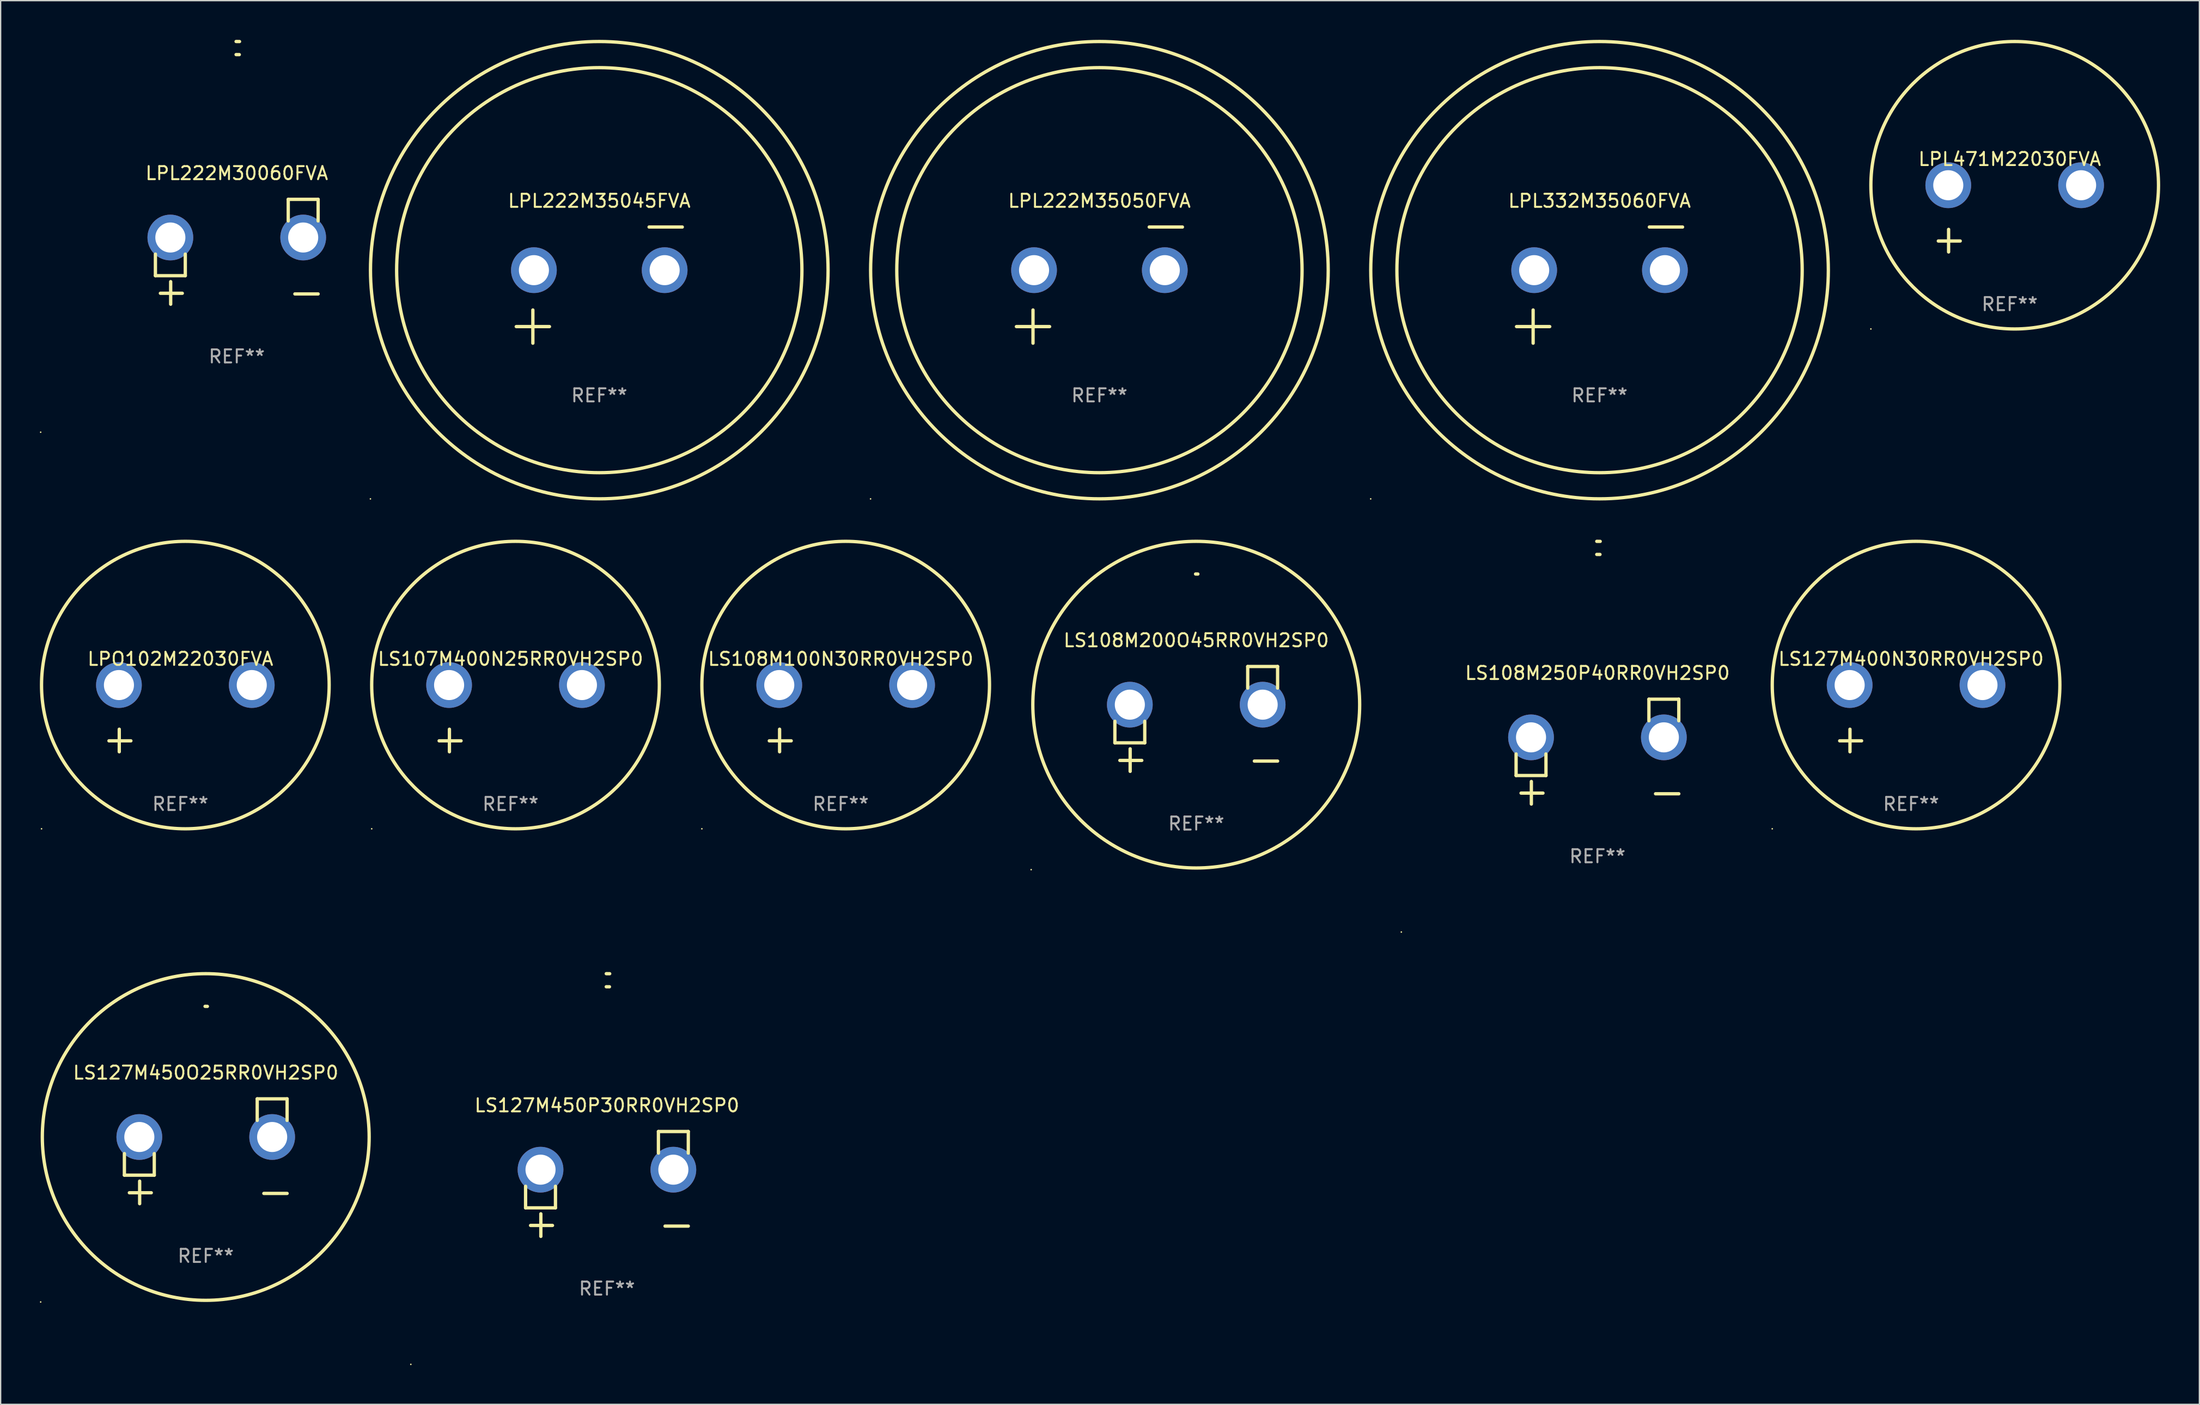
<source format=kicad_pcb>
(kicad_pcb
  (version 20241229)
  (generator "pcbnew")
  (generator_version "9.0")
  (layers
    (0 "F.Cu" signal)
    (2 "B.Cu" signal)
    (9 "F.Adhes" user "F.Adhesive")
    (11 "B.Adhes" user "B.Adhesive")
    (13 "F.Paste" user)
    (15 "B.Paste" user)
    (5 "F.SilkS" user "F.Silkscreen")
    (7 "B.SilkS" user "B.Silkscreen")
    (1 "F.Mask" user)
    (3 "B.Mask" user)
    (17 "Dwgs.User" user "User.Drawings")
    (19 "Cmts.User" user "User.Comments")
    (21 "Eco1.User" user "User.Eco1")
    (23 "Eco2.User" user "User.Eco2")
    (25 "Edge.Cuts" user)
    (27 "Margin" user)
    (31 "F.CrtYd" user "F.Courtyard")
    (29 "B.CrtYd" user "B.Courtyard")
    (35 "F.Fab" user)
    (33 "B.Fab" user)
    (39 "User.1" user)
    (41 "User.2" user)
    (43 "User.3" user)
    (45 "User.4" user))
  (footprint "LPL471M22030FVA"
    (layer "F.Cu")
    (at 150.67 13.68)
    (property "Reference" "LPL471M22030FVA" (at 0 -4.553 0) (layer "F.SilkS") (effects (font (size 1 1) (thickness 0.15))))
    (attr through_hole)
    (fp_line (start -4.674 2.553) (end -4.674 0.826) (stroke (width 0.254) (type solid)) (layer "F.SilkS"))
    (fp_line (start -3.785 1.715) (end -5.461 1.715) (stroke (width 0.254) (type solid)) (layer "F.SilkS"))
    (fp_circle (center -10.619 8.447) (end -10.589 8.447) (stroke (width 0.06) (type solid)) (fill no) (layer "F.SilkS"))
    (fp_circle (center 0.381 -2.553) (end 11.381 -2.553) (stroke (width 0.254) (type solid)) (fill no) (layer "F.SilkS"))
    (fp_text user "REF**" (at 0 6.553 0) (layer "F.Fab") (effects (font (size 1 1) (thickness 0.15))))
    (pad "1" thru_hole circle (at -4.699 -2.553) (size 3.5 3.5) (drill 2.3) (layers "*.Cu" "*.Mask"))
    (pad "2" thru_hole circle (at 5.461 -2.553) (size 3.5 3.5) (drill 2.3) (layers "*.Cu" "*.Mask")))
  (footprint "LS127M450O25RR0VH2SP0"
    (layer "F.Cu")
    (at 12.687 85.062)
    (property "Reference" "LS127M450O25RR0VH2SP0" (at 0 -6.013 0) (layer "F.SilkS") (effects (font (size 1 1) (thickness 0.15))))
    (attr through_hole)
    (fp_line (start -6.223 0.178) (end -6.223 1.829) (stroke (width 0.254) (type solid)) (layer "F.SilkS"))
    (fp_line (start -6.223 1.829) (end -3.937 1.829) (stroke (width 0.254) (type solid)) (layer "F.SilkS"))
    (fp_line (start -5.055 4.013) (end -5.055 2.286) (stroke (width 0.254) (type solid)) (layer "F.SilkS"))
    (fp_line (start -4.166 3.175) (end -5.842 3.175) (stroke (width 0.254) (type solid)) (layer "F.SilkS"))
    (fp_line (start -3.937 1.829) (end -3.937 0.178) (stroke (width 0.254) (type solid)) (layer "F.SilkS"))
    (fp_line (start 3.937 -4.013) (end 3.937 -2.362) (stroke (width 0.254) (type solid)) (layer "F.SilkS"))
    (fp_line (start 6.223 -4.013) (end 3.937 -4.013) (stroke (width 0.254) (type solid)) (layer "F.SilkS"))
    (fp_line (start 6.223 -2.362) (end 6.223 -4.013) (stroke (width 0.254) (type solid)) (layer "F.SilkS"))
    (fp_line (start 6.223 3.226) (end 4.445 3.226) (stroke (width 0.254) (type solid)) (layer "F.SilkS"))
    (fp_arc (start -0.0508 -11.092202) (mid 0.036835 -11.091307) (end 0.12446 -11.089662) (stroke (width 0.254001) (type solid)) (layer "F.SilkS"))
    (fp_circle (center -12.627 11.535) (end -12.597 11.535) (stroke (width 0.06) (type solid)) (fill no) (layer "F.SilkS"))
    (fp_circle (center 0 -1.092) (end 12.5 -1.092) (stroke (width 0.254) (type solid)) (fill no) (layer "F.SilkS"))
    (fp_text user "REF**" (at 0 8.013 0) (layer "F.Fab") (effects (font (size 1 1) (thickness 0.15))))
    (pad "1" thru_hole circle (at -5.08 -1.092) (size 3.5 3.5) (drill 2.3) (layers "*.Cu" "*.Mask"))
    (pad "2" thru_hole circle (at 5.08 -1.092) (size 3.5 3.5) (drill 2.3) (layers "*.Cu" "*.Mask")))
  (footprint "LS127M400N30RR0VH2SP0"
    (layer "F.Cu")
    (at 143.126 51.934)
    (property "Reference" "LS127M400N30RR0VH2SP0" (at 0 -4.553 0) (layer "F.SilkS") (effects (font (size 1 1) (thickness 0.15))))
    (attr through_hole)
    (fp_line (start -4.674 2.553) (end -4.674 0.826) (stroke (width 0.254) (type solid)) (layer "F.SilkS"))
    (fp_line (start -3.785 1.715) (end -5.461 1.715) (stroke (width 0.254) (type solid)) (layer "F.SilkS"))
    (fp_circle (center -10.619 8.447) (end -10.589 8.447) (stroke (width 0.06) (type solid)) (fill no) (layer "F.SilkS"))
    (fp_circle (center 0.381 -2.553) (end 11.381 -2.553) (stroke (width 0.254) (type solid)) (fill no) (layer "F.SilkS"))
    (fp_text user "REF**" (at 0 6.553 0) (layer "F.Fab") (effects (font (size 1 1) (thickness 0.15))))
    (pad "1" thru_hole circle (at -4.699 -2.553) (size 3.5 3.5) (drill 2.3) (layers "*.Cu" "*.Mask"))
    (pad "2" thru_hole circle (at 5.461 -2.553) (size 3.5 3.5) (drill 2.3) (layers "*.Cu" "*.Mask")))
  (footprint "LPO102M22030FVA"
    (layer "F.Cu")
    (at 10.746 51.934)
    (property "Reference" "LPO102M22030FVA" (at 0 -4.553 0) (layer "F.SilkS") (effects (font (size 1 1) (thickness 0.15))))
    (attr through_hole)
    (fp_line (start -4.674 2.553) (end -4.674 0.826) (stroke (width 0.254) (type solid)) (layer "F.SilkS"))
    (fp_line (start -3.785 1.715) (end -5.461 1.715) (stroke (width 0.254) (type solid)) (layer "F.SilkS"))
    (fp_circle (center -10.619 8.447) (end -10.589 8.447) (stroke (width 0.06) (type solid)) (fill no) (layer "F.SilkS"))
    (fp_circle (center 0.381 -2.553) (end 11.381 -2.553) (stroke (width 0.254) (type solid)) (fill no) (layer "F.SilkS"))
    (fp_text user "REF**" (at 0 6.553 0) (layer "F.Fab") (effects (font (size 1 1) (thickness 0.15))))
    (pad "1" thru_hole circle (at -4.699 -2.553) (size 3.5 3.5) (drill 2.3) (layers "*.Cu" "*.Mask"))
    (pad "2" thru_hole circle (at 5.461 -2.553) (size 3.5 3.5) (drill 2.3) (layers "*.Cu" "*.Mask")))
  (footprint "LS108M100N30RR0VH2SP0"
    (layer "F.Cu")
    (at 61.254 51.934)
    (property "Reference" "LS108M100N30RR0VH2SP0" (at 0 -4.553 0) (layer "F.SilkS") (effects (font (size 1 1) (thickness 0.15))))
    (attr through_hole)
    (fp_line (start -4.674 2.553) (end -4.674 0.826) (stroke (width 0.254) (type solid)) (layer "F.SilkS"))
    (fp_line (start -3.785 1.715) (end -5.461 1.715) (stroke (width 0.254) (type solid)) (layer "F.SilkS"))
    (fp_circle (center -10.619 8.447) (end -10.589 8.447) (stroke (width 0.06) (type solid)) (fill no) (layer "F.SilkS"))
    (fp_circle (center 0.381 -2.553) (end 11.381 -2.553) (stroke (width 0.254) (type solid)) (fill no) (layer "F.SilkS"))
    (fp_text user "REF**" (at 0 6.553 0) (layer "F.Fab") (effects (font (size 1 1) (thickness 0.15))))
    (pad "1" thru_hole circle (at -4.699 -2.553) (size 3.5 3.5) (drill 2.3) (layers "*.Cu" "*.Mask"))
    (pad "2" thru_hole circle (at 5.461 -2.553) (size 3.5 3.5) (drill 2.3) (layers "*.Cu" "*.Mask")))
  (footprint "LS107M400N25RR0VH2SP0"
    (layer "F.Cu")
    (at 36 51.934)
    (property "Reference" "LS107M400N25RR0VH2SP0" (at 0 -4.553 0) (layer "F.SilkS") (effects (font (size 1 1) (thickness 0.15))))
    (attr through_hole)
    (fp_line (start -4.674 2.553) (end -4.674 0.826) (stroke (width 0.254) (type solid)) (layer "F.SilkS"))
    (fp_line (start -3.785 1.715) (end -5.461 1.715) (stroke (width 0.254) (type solid)) (layer "F.SilkS"))
    (fp_circle (center -10.619 8.447) (end -10.589 8.447) (stroke (width 0.06) (type solid)) (fill no) (layer "F.SilkS"))
    (fp_circle (center 0.381 -2.553) (end 11.381 -2.553) (stroke (width 0.254) (type solid)) (fill no) (layer "F.SilkS"))
    (fp_text user "REF**" (at 0 6.553 0) (layer "F.Fab") (effects (font (size 1 1) (thickness 0.15))))
    (pad "1" thru_hole circle (at -4.699 -2.553) (size 3.5 3.5) (drill 2.3) (layers "*.Cu" "*.Mask"))
    (pad "2" thru_hole circle (at 5.461 -2.553) (size 3.5 3.5) (drill 2.3) (layers "*.Cu" "*.Mask")))
  (footprint "LS108M200O45RR0VH2SP0"
    (layer "F.Cu")
    (at 88.449 51.973)
    (property "Reference" "LS108M200O45RR0VH2SP0" (at 0 -6.013 0) (layer "F.SilkS") (effects (font (size 1 1) (thickness 0.15))))
    (attr through_hole)
    (fp_line (start -6.223 0.178) (end -6.223 1.829) (stroke (width 0.254) (type solid)) (layer "F.SilkS"))
    (fp_line (start -6.223 1.829) (end -3.937 1.829) (stroke (width 0.254) (type solid)) (layer "F.SilkS"))
    (fp_line (start -5.055 4.013) (end -5.055 2.286) (stroke (width 0.254) (type solid)) (layer "F.SilkS"))
    (fp_line (start -4.166 3.175) (end -5.842 3.175) (stroke (width 0.254) (type solid)) (layer "F.SilkS"))
    (fp_line (start -3.937 1.829) (end -3.937 0.178) (stroke (width 0.254) (type solid)) (layer "F.SilkS"))
    (fp_line (start 3.937 -4.013) (end 3.937 -2.362) (stroke (width 0.254) (type solid)) (layer "F.SilkS"))
    (fp_line (start 6.223 -4.013) (end 3.937 -4.013) (stroke (width 0.254) (type solid)) (layer "F.SilkS"))
    (fp_line (start 6.223 -2.362) (end 6.223 -4.013) (stroke (width 0.254) (type solid)) (layer "F.SilkS"))
    (fp_line (start 6.223 3.226) (end 4.445 3.226) (stroke (width 0.254) (type solid)) (layer "F.SilkS"))
    (fp_arc (start -0.0508 -11.092202) (mid 0.036835 -11.091307) (end 0.12446 -11.089662) (stroke (width 0.254001) (type solid)) (layer "F.SilkS"))
    (fp_circle (center -12.627 11.535) (end -12.597 11.535) (stroke (width 0.06) (type solid)) (fill no) (layer "F.SilkS"))
    (fp_circle (center 0 -1.092) (end 12.5 -1.092) (stroke (width 0.254) (type solid)) (fill no) (layer "F.SilkS"))
    (fp_text user "REF**" (at 0 8.013 0) (layer "F.Fab") (effects (font (size 1 1) (thickness 0.15))))
    (pad "1" thru_hole circle (at -5.08 -1.092) (size 3.5 3.5) (drill 2.3) (layers "*.Cu" "*.Mask"))
    (pad "2" thru_hole circle (at 5.08 -1.092) (size 3.5 3.5) (drill 2.3) (layers "*.Cu" "*.Mask")))
  (footprint "LS108M250P40RR0VH2SP0"
    (layer "F.Cu")
    (at 119.136 54.475)
    (property "Reference" "LS108M250P40RR0VH2SP0" (at 0 -6.013 0) (layer "F.SilkS") (effects (font (size 1 1) (thickness 0.15))))
    (attr through_hole)
    (fp_line (start -6.223 0.178) (end -6.223 1.829) (stroke (width 0.254) (type solid)) (layer "F.SilkS"))
    (fp_line (start -6.223 1.829) (end -3.937 1.829) (stroke (width 0.254) (type solid)) (layer "F.SilkS"))
    (fp_line (start -5.055 4.013) (end -5.055 2.286) (stroke (width 0.254) (type solid)) (layer "F.SilkS"))
    (fp_line (start -4.166 3.175) (end -5.842 3.175) (stroke (width 0.254) (type solid)) (layer "F.SilkS"))
    (fp_line (start -3.937 1.829) (end -3.937 0.178) (stroke (width 0.254) (type solid)) (layer "F.SilkS"))
    (fp_line (start 3.937 -4.013) (end 3.937 -2.362) (stroke (width 0.254) (type solid)) (layer "F.SilkS"))
    (fp_line (start 6.223 -4.013) (end 3.937 -4.013) (stroke (width 0.254) (type solid)) (layer "F.SilkS"))
    (fp_line (start 6.223 -2.362) (end 6.223 -4.013) (stroke (width 0.254) (type solid)) (layer "F.SilkS"))
    (fp_line (start 6.223 3.226) (end 4.445 3.226) (stroke (width 0.254) (type solid)) (layer "F.SilkS"))
    (fp_arc (start -0.0508 -16.093472) (mid 0.080016 -16.092762) (end 0.210821 -16.090932) (stroke (width 0.254001) (type solid)) (layer "F.SilkS"))
    (fp_arc (start -0.0508 -15.09271) (mid 0.071125 -15.091961) (end 0.19304 -15.09017) (stroke (width 0.254001) (type solid)) (layer "F.SilkS"))
    (fp_circle (center -15 13.808) (end -14.97 13.808) (stroke (width 0.06) (type solid)) (fill no) (layer "F.SilkS"))
    (fp_text user "REF**" (at 0 8.013 0) (layer "F.Fab") (effects (font (size 1 1) (thickness 0.15))))
    (pad "1" thru_hole circle (at -5.08 -1.092) (size 3.5 3.5) (drill 2.3) (layers "*.Cu" "*.Mask"))
    (pad "2" thru_hole circle (at 5.08 -1.092) (size 3.5 3.5) (drill 2.3) (layers "*.Cu" "*.Mask")))
  (footprint "LS127M450P30RR0VH2SP0"
    (layer "F.Cu")
    (at 43.374 87.563)
    (property "Reference" "LS127M450P30RR0VH2SP0" (at 0 -6.013 0) (layer "F.SilkS") (effects (font (size 1 1) (thickness 0.15))))
    (attr through_hole)
    (fp_line (start -6.223 0.178) (end -6.223 1.829) (stroke (width 0.254) (type solid)) (layer "F.SilkS"))
    (fp_line (start -6.223 1.829) (end -3.937 1.829) (stroke (width 0.254) (type solid)) (layer "F.SilkS"))
    (fp_line (start -5.055 4.013) (end -5.055 2.286) (stroke (width 0.254) (type solid)) (layer "F.SilkS"))
    (fp_line (start -4.166 3.175) (end -5.842 3.175) (stroke (width 0.254) (type solid)) (layer "F.SilkS"))
    (fp_line (start -3.937 1.829) (end -3.937 0.178) (stroke (width 0.254) (type solid)) (layer "F.SilkS"))
    (fp_line (start 3.937 -4.013) (end 3.937 -2.362) (stroke (width 0.254) (type solid)) (layer "F.SilkS"))
    (fp_line (start 6.223 -4.013) (end 3.937 -4.013) (stroke (width 0.254) (type solid)) (layer "F.SilkS"))
    (fp_line (start 6.223 -2.362) (end 6.223 -4.013) (stroke (width 0.254) (type solid)) (layer "F.SilkS"))
    (fp_line (start 6.223 3.226) (end 4.445 3.226) (stroke (width 0.254) (type solid)) (layer "F.SilkS"))
    (fp_arc (start -0.0508 -16.093472) (mid 0.080016 -16.092762) (end 0.210821 -16.090932) (stroke (width 0.254001) (type solid)) (layer "F.SilkS"))
    (fp_arc (start -0.0508 -15.09271) (mid 0.071125 -15.091961) (end 0.19304 -15.09017) (stroke (width 0.254001) (type solid)) (layer "F.SilkS"))
    (fp_circle (center -15 13.808) (end -14.97 13.808) (stroke (width 0.06) (type solid)) (fill no) (layer "F.SilkS"))
    (fp_text user "REF**" (at 0 8.013 0) (layer "F.Fab") (effects (font (size 1 1) (thickness 0.15))))
    (pad "1" thru_hole circle (at -5.08 -1.092) (size 3.5 3.5) (drill 2.3) (layers "*.Cu" "*.Mask"))
    (pad "2" thru_hole circle (at 5.08 -1.092) (size 3.5 3.5) (drill 2.3) (layers "*.Cu" "*.Mask")))
  (footprint "LPL222M35050FVA"
    (layer "F.Cu")
    (at 81.043 18.77)
    (property "Reference" "LPL222M35050FVA" (at 0 -6.445 0) (layer "F.SilkS") (effects (font (size 1 1) (thickness 0.15))))
    (attr through_hole)
    (fp_line (start -6.35 3.175) (end -3.81 3.175) (stroke (width 0.254) (type solid)) (layer "F.SilkS"))
    (fp_line (start -5.08 1.905) (end -5.08 4.445) (stroke (width 0.254) (type solid)) (layer "F.SilkS"))
    (fp_line (start 3.81 -4.445) (end 6.35 -4.445) (stroke (width 0.254) (type solid)) (layer "F.SilkS"))
    (fp_circle (center -17.505 16.362) (end -17.475 16.362) (stroke (width 0.06) (type solid)) (fill no) (layer "F.SilkS"))
    (fp_circle (center 0 -1.143) (end 15.5 -1.143) (stroke (width 0.254) (type solid)) (fill no) (layer "F.SilkS"))
    (fp_circle (center 0 -1.143) (end 17.5 -1.143) (stroke (width 0.254) (type solid)) (fill no) (layer "F.SilkS"))
    (fp_text user "REF**" (at 0 8.445 0) (layer "F.Fab") (effects (font (size 1 1) (thickness 0.15))))
    (pad "1" thru_hole circle (at -5 -1.143) (size 3.5 3.5) (drill 2.3) (layers "*.Cu" "*.Mask"))
    (pad "2" thru_hole circle (at 5 -1.143) (size 3.5 3.5) (drill 2.3) (layers "*.Cu" "*.Mask")))
  (footprint "LPL332M35060FVA"
    (layer "F.Cu")
    (at 119.297 18.77)
    (property "Reference" "LPL332M35060FVA" (at 0 -6.445 0) (layer "F.SilkS") (effects (font (size 1 1) (thickness 0.15))))
    (attr through_hole)
    (fp_line (start -6.35 3.175) (end -3.81 3.175) (stroke (width 0.254) (type solid)) (layer "F.SilkS"))
    (fp_line (start -5.08 1.905) (end -5.08 4.445) (stroke (width 0.254) (type solid)) (layer "F.SilkS"))
    (fp_line (start 3.81 -4.445) (end 6.35 -4.445) (stroke (width 0.254) (type solid)) (layer "F.SilkS"))
    (fp_circle (center -17.505 16.362) (end -17.475 16.362) (stroke (width 0.06) (type solid)) (fill no) (layer "F.SilkS"))
    (fp_circle (center 0 -1.143) (end 15.5 -1.143) (stroke (width 0.254) (type solid)) (fill no) (layer "F.SilkS"))
    (fp_circle (center 0 -1.143) (end 17.5 -1.143) (stroke (width 0.254) (type solid)) (fill no) (layer "F.SilkS"))
    (fp_text user "REF**" (at 0 8.445 0) (layer "F.Fab") (effects (font (size 1 1) (thickness 0.15))))
    (pad "1" thru_hole circle (at -5 -1.143) (size 3.5 3.5) (drill 2.3) (layers "*.Cu" "*.Mask"))
    (pad "2" thru_hole circle (at 5 -1.143) (size 3.5 3.5) (drill 2.3) (layers "*.Cu" "*.Mask")))
  (footprint "LPL222M35045FVA"
    (layer "F.Cu")
    (at 42.788 18.77)
    (property "Reference" "LPL222M35045FVA" (at 0 -6.445 0) (layer "F.SilkS") (effects (font (size 1 1) (thickness 0.15))))
    (attr through_hole)
    (fp_line (start -6.35 3.175) (end -3.81 3.175) (stroke (width 0.254) (type solid)) (layer "F.SilkS"))
    (fp_line (start -5.08 1.905) (end -5.08 4.445) (stroke (width 0.254) (type solid)) (layer "F.SilkS"))
    (fp_line (start 3.81 -4.445) (end 6.35 -4.445) (stroke (width 0.254) (type solid)) (layer "F.SilkS"))
    (fp_circle (center -17.505 16.362) (end -17.475 16.362) (stroke (width 0.06) (type solid)) (fill no) (layer "F.SilkS"))
    (fp_circle (center 0 -1.143) (end 15.5 -1.143) (stroke (width 0.254) (type solid)) (fill no) (layer "F.SilkS"))
    (fp_circle (center 0 -1.143) (end 17.5 -1.143) (stroke (width 0.254) (type solid)) (fill no) (layer "F.SilkS"))
    (fp_text user "REF**" (at 0 8.445 0) (layer "F.Fab") (effects (font (size 1 1) (thickness 0.15))))
    (pad "1" thru_hole circle (at -5 -1.143) (size 3.5 3.5) (drill 2.3) (layers "*.Cu" "*.Mask"))
    (pad "2" thru_hole circle (at 5 -1.143) (size 3.5 3.5) (drill 2.3) (layers "*.Cu" "*.Mask")))
  (footprint "LPL222M30060FVA"
    (layer "F.Cu")
    (at 15.06 16.22)
    (property "Reference" "LPL222M30060FVA" (at 0 -6.013 0) (layer "F.SilkS") (effects (font (size 1 1) (thickness 0.15))))
    (attr through_hole)
    (fp_line (start -6.223 0.178) (end -6.223 1.829) (stroke (width 0.254) (type solid)) (layer "F.SilkS"))
    (fp_line (start -6.223 1.829) (end -3.937 1.829) (stroke (width 0.254) (type solid)) (layer "F.SilkS"))
    (fp_line (start -5.055 4.013) (end -5.055 2.286) (stroke (width 0.254) (type solid)) (layer "F.SilkS"))
    (fp_line (start -4.166 3.175) (end -5.842 3.175) (stroke (width 0.254) (type solid)) (layer "F.SilkS"))
    (fp_line (start -3.937 1.829) (end -3.937 0.178) (stroke (width 0.254) (type solid)) (layer "F.SilkS"))
    (fp_line (start 3.937 -4.013) (end 3.937 -2.362) (stroke (width 0.254) (type solid)) (layer "F.SilkS"))
    (fp_line (start 6.223 -4.013) (end 3.937 -4.013) (stroke (width 0.254) (type solid)) (layer "F.SilkS"))
    (fp_line (start 6.223 -2.362) (end 6.223 -4.013) (stroke (width 0.254) (type solid)) (layer "F.SilkS"))
    (fp_line (start 6.223 3.226) (end 4.445 3.226) (stroke (width 0.254) (type solid)) (layer "F.SilkS"))
    (fp_arc (start -0.0508 -16.093472) (mid 0.080016 -16.092762) (end 0.210821 -16.090932) (stroke (width 0.254001) (type solid)) (layer "F.SilkS"))
    (fp_arc (start -0.0508 -15.09271) (mid 0.071125 -15.091961) (end 0.19304 -15.09017) (stroke (width 0.254001) (type solid)) (layer "F.SilkS"))
    (fp_circle (center -15 13.808) (end -14.97 13.808) (stroke (width 0.06) (type solid)) (fill no) (layer "F.SilkS"))
    (fp_text user "REF**" (at 0 8.013 0) (layer "F.Fab") (effects (font (size 1 1) (thickness 0.15))))
    (pad "1" thru_hole circle (at -5.08 -1.092) (size 3.5 3.5) (drill 2.3) (layers "*.Cu" "*.Mask"))
    (pad "2" thru_hole circle (at 5.08 -1.092) (size 3.5 3.5) (drill 2.3) (layers "*.Cu" "*.Mask")))
  (gr_rect
    (start -3 -3)
    (end 165.178 104.431)
    (stroke (width 0.1) (type default))
    (fill no)
    (layer "Edge.Cuts")))
</source>
